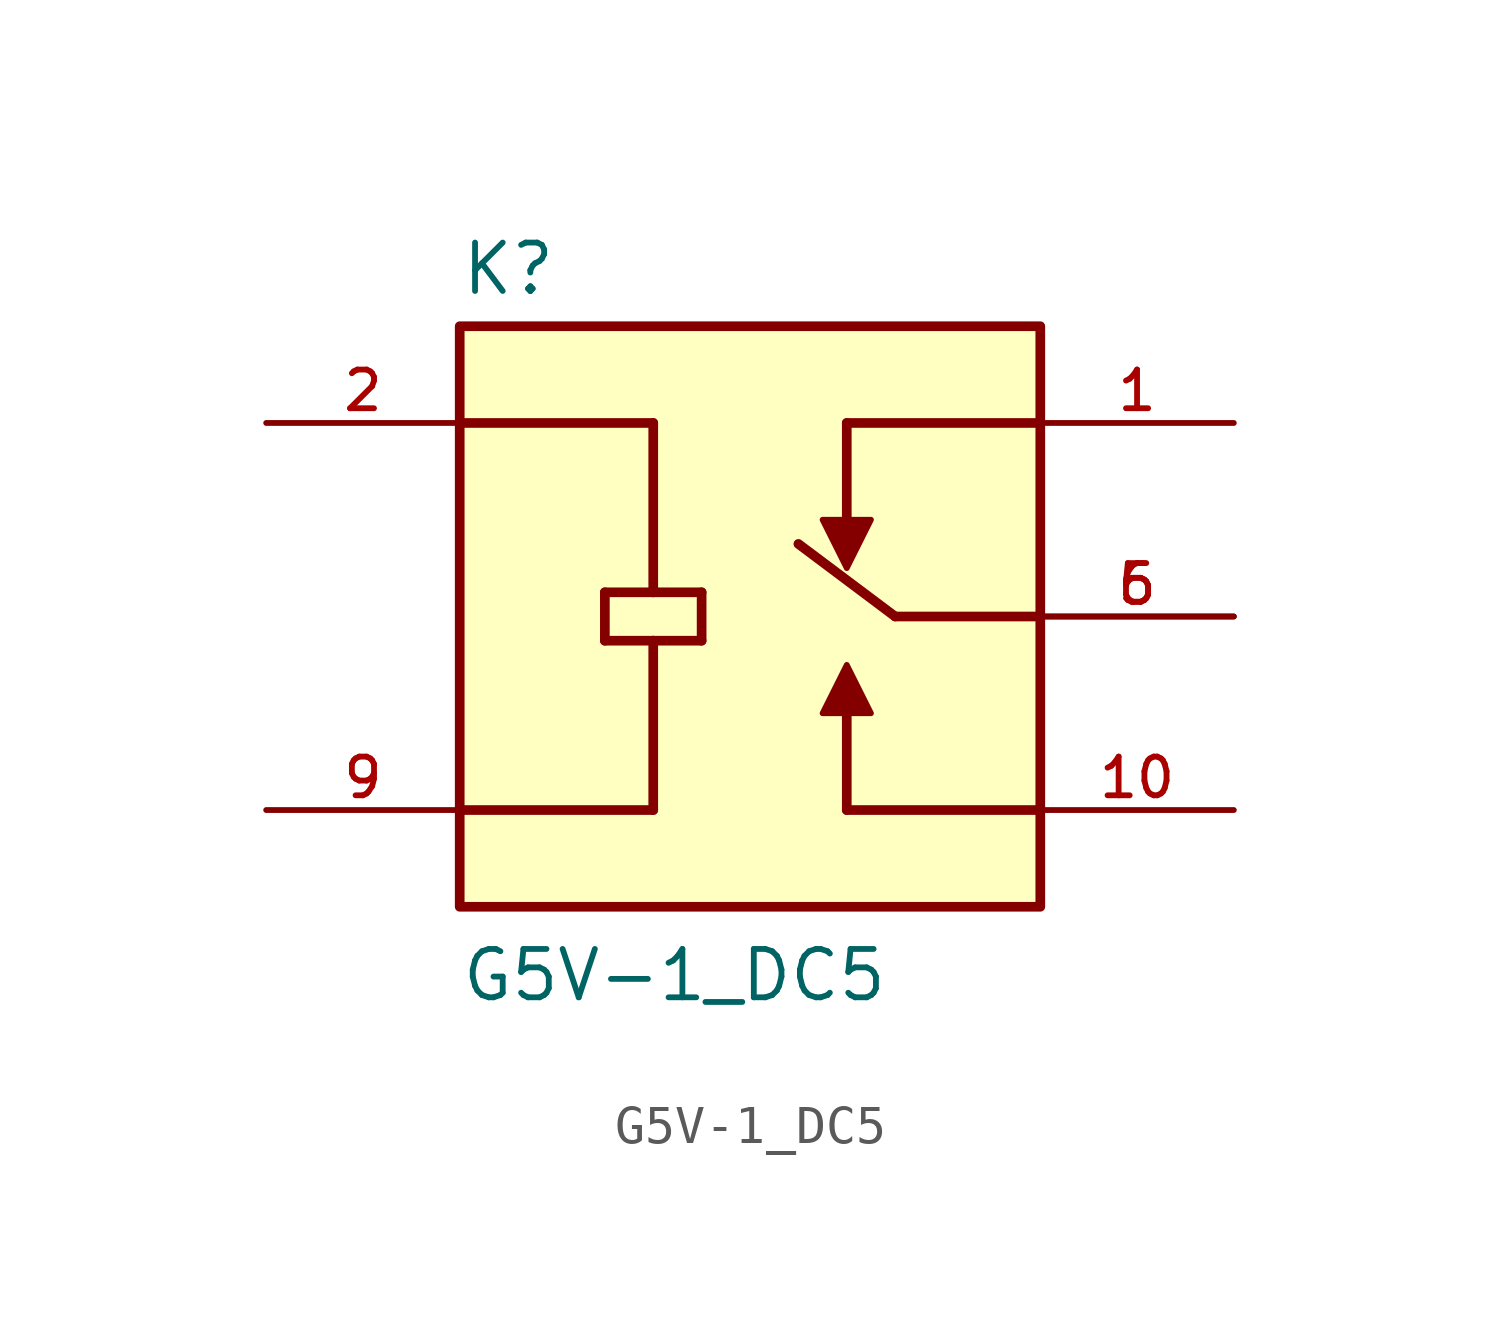
<source format=kicad_sym>
(kicad_symbol_lib
  (version 20211014)
  (generator kicad_symbol_editor)
  (symbol "G5V-1_DC5"
    (pin_names
      (offset 1.016))
    (property "Reference" "K"
      (at -7.62 8.382 0)
      (effects (font (size 1.27 1.27)) (justify bottom left)))
    (property "Value" "G5V-1_DC5"
      (at -7.62 -10.16 0)
      (effects (font (size 1.27 1.27)) (justify bottom left)))
    (symbol "G5V-1_DC5_0_0"
      (polyline (pts (xy 7.62 0.0) (xy 3.81 0.0)) (stroke (width 0.254)))
      (polyline (pts (xy 7.62 -5.08) (xy 2.54 -5.08)) (stroke (width 0.254)))
      (polyline (pts (xy 2.54 -5.08) (xy 2.54 -2.54)) (stroke (width 0.254)))
      (polyline (pts (xy 1.905 -2.54) (xy 3.175 -2.54) (xy 2.54 -1.27) (xy 1.905 -2.54)) (stroke (width 0.152)) (fill (type outline)))
      (polyline (pts (xy -7.62 5.08) (xy -2.54 5.08)) (stroke (width 0.254)))
      (polyline (pts (xy -3.81 0.635) (xy -2.54 0.635)) (stroke (width 0.254)))
      (polyline (pts (xy -2.54 0.635) (xy -1.27 0.635)) (stroke (width 0.254)))
      (polyline (pts (xy -1.27 0.635) (xy -1.27 -0.635)) (stroke (width 0.254)))
      (polyline (pts (xy -1.27 -0.635) (xy -2.54 -0.635)) (stroke (width 0.254)))
      (polyline (pts (xy -2.54 -0.635) (xy -3.81 -0.635)) (stroke (width 0.254)))
      (polyline (pts (xy -3.81 -0.635) (xy -3.81 0.635)) (stroke (width 0.254)))
      (polyline (pts (xy -7.62 -5.08) (xy -2.54 -5.08)) (stroke (width 0.254)))
      (polyline (pts (xy -2.54 5.08) (xy -2.54 0.635)) (stroke (width 0.254)))
      (polyline (pts (xy -2.54 -0.635) (xy -2.54 -5.08)) (stroke (width 0.254)))
      (polyline (pts (xy 2.54 5.08) (xy 2.54 2.54)) (stroke (width 0.254)))
      (polyline (pts (xy 3.175 2.54) (xy 1.905 2.54) (xy 2.54 1.27) (xy 3.175 2.54)) (stroke (width 0.152)) (fill (type outline)))
      (polyline (pts (xy 2.54 5.08) (xy 7.62 5.08)) (stroke (width 0.254)))
      (polyline (pts (xy 3.81 0.0) (xy 1.27 1.905)) (stroke (width 0.254)))
      (rectangle (start -7.62 -7.62) (end 7.62 7.62) (stroke (width 0.254)) (fill (type background)))
      (pin passive line (at 12.7 0.0 180.0) (length 5.08) (name "~" (effects (font (size 1.016 1.016)))) (number "5" (effects (font (size 1.016 1.016)))))
      (pin passive line (at 12.7 0.0 180.0) (length 5.08) (name "~" (effects (font (size 1.016 1.016)))) (number "6" (effects (font (size 1.016 1.016)))))
      (pin passive line (at 12.7 -5.08 180.0) (length 5.08) (name "~" (effects (font (size 1.016 1.016)))) (number "10" (effects (font (size 1.016 1.016)))))
      (pin passive line (at -12.7 5.08 0) (length 5.08) (name "~" (effects (font (size 1.016 1.016)))) (number "2" (effects (font (size 1.016 1.016)))))
      (pin passive line (at -12.7 -5.08 0) (length 5.08) (name "~" (effects (font (size 1.016 1.016)))) (number "9" (effects (font (size 1.016 1.016)))))
      (pin passive line (at 12.7 5.08 180.0) (length 5.08) (name "~" (effects (font (size 1.016 1.016)))) (number "1" (effects (font (size 1.016 1.016))))))))
</source>
